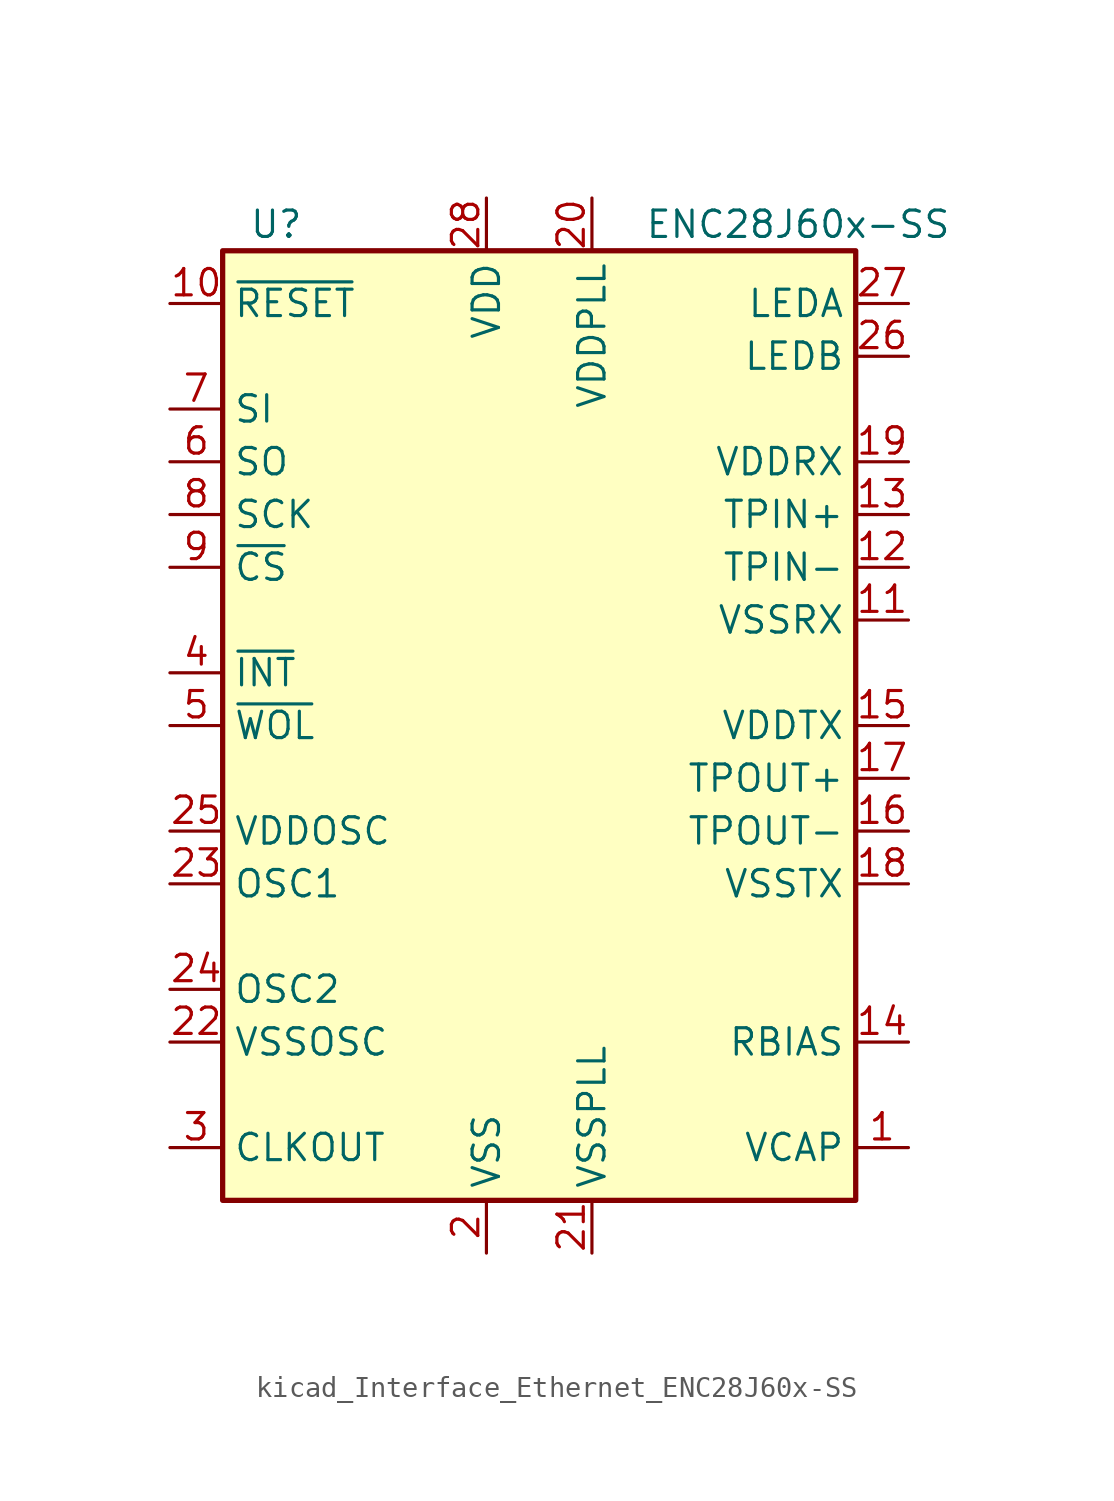
<source format=kicad_sym>
(kicad_symbol_lib
  (version 20220914)
  (generator kicad_symbol_editor)
  (symbol "kicad_Interface_Ethernet_ENC28J60x-SS"
    (property "Reference" "U"
      (at -13.97 24.13 0)
      (effects (font (size 1.27 1.27)) (justify left)))
    (property "Value" "ENC28J60x-SS"
      (at 5.08 24.13 0)
      (effects (font (size 1.27 1.27)) (justify left)))
    (symbol "kicad_Interface_Ethernet_ENC28J60x-SS_0_1"
      (rectangle (start -15.24 22.86) (end 15.24 -22.86) (stroke (width 0.254) (type default)) (fill (type background))))
    (symbol "kicad_Interface_Ethernet_ENC28J60x-SS_1_1"
      (pin input line (at 17.78 -20.32 180) (length 2.54) (name "VCAP" (effects (font (size 1.27 1.27)))) (number "1" (effects (font (size 1.27 1.27)))))
      (pin input line (at -17.78 20.32 0) (length 2.54) (name "~{RESET}" (effects (font (size 1.27 1.27)))) (number "10" (effects (font (size 1.27 1.27)))))
      (pin power_in line (at 17.78 5.08 180) (length 2.54) (name "VSSRX" (effects (font (size 1.27 1.27)))) (number "11" (effects (font (size 1.27 1.27)))))
      (pin input line (at 17.78 7.62 180) (length 2.54) (name "TPIN-" (effects (font (size 1.27 1.27)))) (number "12" (effects (font (size 1.27 1.27)))))
      (pin input line (at 17.78 10.16 180) (length 2.54) (name "TPIN+" (effects (font (size 1.27 1.27)))) (number "13" (effects (font (size 1.27 1.27)))))
      (pin input line (at 17.78 -15.24 180) (length 2.54) (name "RBIAS" (effects (font (size 1.27 1.27)))) (number "14" (effects (font (size 1.27 1.27)))))
      (pin power_in line (at 17.78 0 180) (length 2.54) (name "VDDTX" (effects (font (size 1.27 1.27)))) (number "15" (effects (font (size 1.27 1.27)))))
      (pin output line (at 17.78 -5.08 180) (length 2.54) (name "TPOUT-" (effects (font (size 1.27 1.27)))) (number "16" (effects (font (size 1.27 1.27)))))
      (pin output line (at 17.78 -2.54 180) (length 2.54) (name "TPOUT+" (effects (font (size 1.27 1.27)))) (number "17" (effects (font (size 1.27 1.27)))))
      (pin power_in line (at 17.78 -7.62 180) (length 2.54) (name "VSSTX" (effects (font (size 1.27 1.27)))) (number "18" (effects (font (size 1.27 1.27)))))
      (pin power_in line (at 17.78 12.7 180) (length 2.54) (name "VDDRX" (effects (font (size 1.27 1.27)))) (number "19" (effects (font (size 1.27 1.27)))))
      (pin power_in line (at -2.54 -25.4 90) (length 2.54) (name "VSS" (effects (font (size 1.27 1.27)))) (number "2" (effects (font (size 1.27 1.27)))))
      (pin power_in line (at 2.54 25.4 270) (length 2.54) (name "VDDPLL" (effects (font (size 1.27 1.27)))) (number "20" (effects (font (size 1.27 1.27)))))
      (pin power_in line (at 2.54 -25.4 90) (length 2.54) (name "VSSPLL" (effects (font (size 1.27 1.27)))) (number "21" (effects (font (size 1.27 1.27)))))
      (pin power_in line (at -17.78 -15.24 0) (length 2.54) (name "VSSOSC" (effects (font (size 1.27 1.27)))) (number "22" (effects (font (size 1.27 1.27)))))
      (pin input line (at -17.78 -7.62 0) (length 2.54) (name "OSC1" (effects (font (size 1.27 1.27)))) (number "23" (effects (font (size 1.27 1.27)))))
      (pin input line (at -17.78 -12.7 0) (length 2.54) (name "OSC2" (effects (font (size 1.27 1.27)))) (number "24" (effects (font (size 1.27 1.27)))))
      (pin power_in line (at -17.78 -5.08 0) (length 2.54) (name "VDDOSC" (effects (font (size 1.27 1.27)))) (number "25" (effects (font (size 1.27 1.27)))))
      (pin output line (at 17.78 17.78 180) (length 2.54) (name "LEDB" (effects (font (size 1.27 1.27)))) (number "26" (effects (font (size 1.27 1.27)))))
      (pin output line (at 17.78 20.32 180) (length 2.54) (name "LEDA" (effects (font (size 1.27 1.27)))) (number "27" (effects (font (size 1.27 1.27)))))
      (pin power_in line (at -2.54 25.4 270) (length 2.54) (name "VDD" (effects (font (size 1.27 1.27)))) (number "28" (effects (font (size 1.27 1.27)))))
      (pin output line (at -17.78 -20.32 0) (length 2.54) (name "CLKOUT" (effects (font (size 1.27 1.27)))) (number "3" (effects (font (size 1.27 1.27)))))
      (pin output line (at -17.78 2.54 0) (length 2.54) (name "~{INT}" (effects (font (size 1.27 1.27)))) (number "4" (effects (font (size 1.27 1.27)))))
      (pin output line (at -17.78 0 0) (length 2.54) (name "~{WOL}" (effects (font (size 1.27 1.27)))) (number "5" (effects (font (size 1.27 1.27)))))
      (pin output line (at -17.78 12.7 0) (length 2.54) (name "SO" (effects (font (size 1.27 1.27)))) (number "6" (effects (font (size 1.27 1.27)))))
      (pin input line (at -17.78 15.24 0) (length 2.54) (name "SI" (effects (font (size 1.27 1.27)))) (number "7" (effects (font (size 1.27 1.27)))))
      (pin input line (at -17.78 10.16 0) (length 2.54) (name "SCK" (effects (font (size 1.27 1.27)))) (number "8" (effects (font (size 1.27 1.27)))))
      (pin input line (at -17.78 7.62 0) (length 2.54) (name "~{CS}" (effects (font (size 1.27 1.27)))) (number "9" (effects (font (size 1.27 1.27))))))))
</source>
